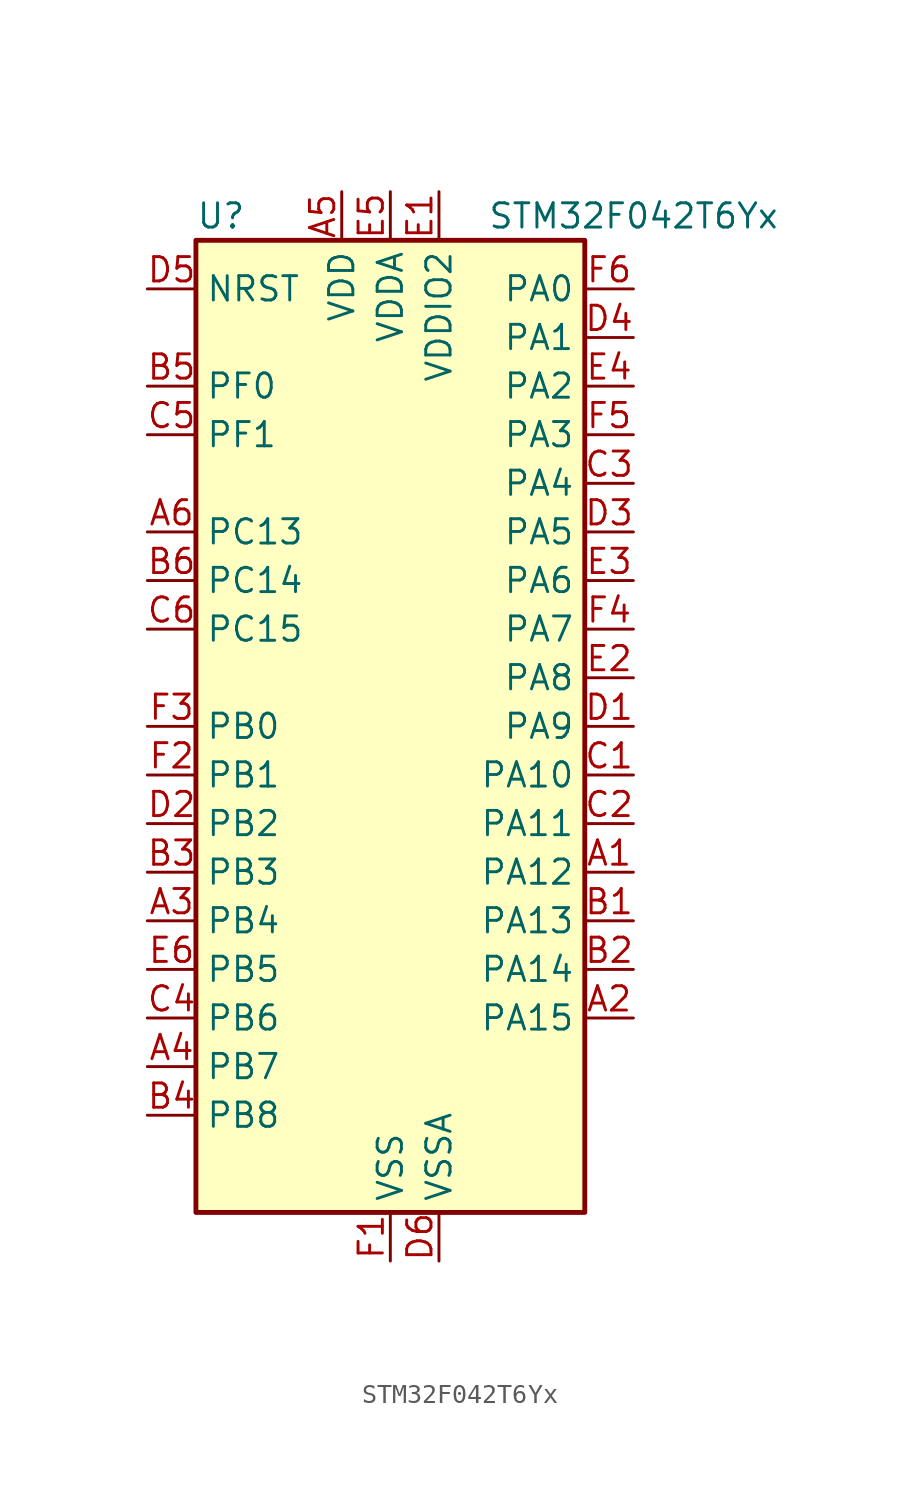
<source format=kicad_sym>
(kicad_symbol_lib
  (version 20220914)
  (generator kicad_symbol_editor)
  (symbol "STM32F042T6Yx"
    (property "Reference" "U"
      (at -10.16 26.67 0)
      (effects (font (size 1.27 1.27)) (justify left)))
    (property "Value" "STM32F042T6Yx"
      (at 5.08 26.67 0)
      (effects (font (size 1.27 1.27)) (justify left)))
    (property "ki_locked" ""
      (at 0 0 0)
      (effects (font (size 1.27 1.27))))
    (symbol "STM32F042T6Yx_0_1"
      (rectangle (start -10.16 -25.4) (end 10.16 25.4) (stroke (width 0.254) (type default)) (fill (type background))))
    (symbol "STM32F042T6Yx_1_1"
      (pin bidirectional line (at 12.7 -7.62 180) (length 2.54) (name "PA12" (effects (font (size 1.27 1.27)))) (number "A1" (effects (font (size 1.27 1.27)))) (alternate "CAN_TX" bidirectional line) (alternate "I2C1_SDA" bidirectional line) (alternate "TIM1_ETR" bidirectional line) (alternate "TSC_G4_IO4" bidirectional line) (alternate "USART1_DE" bidirectional line) (alternate "USART1_RTS" bidirectional line) (alternate "USB_DP" bidirectional line))
      (pin bidirectional line (at 12.7 -15.24 180) (length 2.54) (name "PA15" (effects (font (size 1.27 1.27)))) (number "A2" (effects (font (size 1.27 1.27)))) (alternate "I2S1_WS" bidirectional line) (alternate "SPI1_NSS" bidirectional line) (alternate "TIM2_CH1" bidirectional line) (alternate "TIM2_ETR" bidirectional line) (alternate "USART2_RX" bidirectional line) (alternate "USB_NOE" bidirectional line))
      (pin bidirectional line (at -12.7 -10.16 0) (length 2.54) (name "PB4" (effects (font (size 1.27 1.27)))) (number "A3" (effects (font (size 1.27 1.27)))) (alternate "I2S1_MCK" bidirectional line) (alternate "SPI1_MISO" bidirectional line) (alternate "TIM17_BKIN" bidirectional line) (alternate "TIM3_CH1" bidirectional line) (alternate "TSC_G5_IO2" bidirectional line))
      (pin bidirectional line (at -12.7 -17.78 0) (length 2.54) (name "PB7" (effects (font (size 1.27 1.27)))) (number "A4" (effects (font (size 1.27 1.27)))) (alternate "I2C1_SDA" bidirectional line) (alternate "TIM17_CH1N" bidirectional line) (alternate "TSC_G5_IO4" bidirectional line) (alternate "USART1_RX" bidirectional line))
      (pin power_in line (at -2.54 27.94 270) (length 2.54) (name "VDD" (effects (font (size 1.27 1.27)))) (number "A5" (effects (font (size 1.27 1.27)))))
      (pin bidirectional line (at -12.7 10.16 0) (length 2.54) (name "PC13" (effects (font (size 1.27 1.27)))) (number "A6" (effects (font (size 1.27 1.27)))) (alternate "RTC_OUT_ALARM" bidirectional line) (alternate "RTC_OUT_CALIB" bidirectional line) (alternate "RTC_TAMP1" bidirectional line) (alternate "RTC_TS" bidirectional line) (alternate "SYS_WKUP2" bidirectional line))
      (pin bidirectional line (at 12.7 -10.16 180) (length 2.54) (name "PA13" (effects (font (size 1.27 1.27)))) (number "B1" (effects (font (size 1.27 1.27)))) (alternate "IR_OUT" bidirectional line) (alternate "SYS_SWDIO" bidirectional line) (alternate "USB_NOE" bidirectional line))
      (pin bidirectional line (at 12.7 -12.7 180) (length 2.54) (name "PA14" (effects (font (size 1.27 1.27)))) (number "B2" (effects (font (size 1.27 1.27)))) (alternate "SYS_SWCLK" bidirectional line) (alternate "USART2_TX" bidirectional line))
      (pin bidirectional line (at -12.7 -7.62 0) (length 2.54) (name "PB3" (effects (font (size 1.27 1.27)))) (number "B3" (effects (font (size 1.27 1.27)))) (alternate "I2S1_CK" bidirectional line) (alternate "SPI1_SCK" bidirectional line) (alternate "TIM2_CH2" bidirectional line) (alternate "TSC_G5_IO1" bidirectional line))
      (pin bidirectional line (at -12.7 -20.32 0) (length 2.54) (name "PB8" (effects (font (size 1.27 1.27)))) (number "B4" (effects (font (size 1.27 1.27)))) (alternate "CAN_RX" bidirectional line) (alternate "CEC" bidirectional line) (alternate "I2C1_SCL" bidirectional line) (alternate "TIM16_CH1" bidirectional line) (alternate "TSC_SYNC" bidirectional line))
      (pin bidirectional line (at -12.7 17.78 0) (length 2.54) (name "PF0" (effects (font (size 1.27 1.27)))) (number "B5" (effects (font (size 1.27 1.27)))) (alternate "CRS_SYNC" bidirectional line) (alternate "I2C1_SDA" bidirectional line) (alternate "RCC_OSC_IN" bidirectional line))
      (pin bidirectional line (at -12.7 7.62 0) (length 2.54) (name "PC14" (effects (font (size 1.27 1.27)))) (number "B6" (effects (font (size 1.27 1.27)))) (alternate "RCC_OSC32_IN" bidirectional line))
      (pin bidirectional line (at 12.7 -2.54 180) (length 2.54) (name "PA10" (effects (font (size 1.27 1.27)))) (number "C1" (effects (font (size 1.27 1.27)))) (alternate "I2C1_SDA" bidirectional line) (alternate "TIM17_BKIN" bidirectional line) (alternate "TIM1_CH3" bidirectional line) (alternate "TSC_G4_IO2" bidirectional line) (alternate "USART1_RX" bidirectional line))
      (pin bidirectional line (at 12.7 -5.08 180) (length 2.54) (name "PA11" (effects (font (size 1.27 1.27)))) (number "C2" (effects (font (size 1.27 1.27)))) (alternate "CAN_RX" bidirectional line) (alternate "I2C1_SCL" bidirectional line) (alternate "TIM1_CH4" bidirectional line) (alternate "TSC_G4_IO3" bidirectional line) (alternate "USART1_CTS" bidirectional line) (alternate "USB_DM" bidirectional line))
      (pin bidirectional line (at 12.7 12.7 180) (length 2.54) (name "PA4" (effects (font (size 1.27 1.27)))) (number "C3" (effects (font (size 1.27 1.27)))) (alternate "ADC_IN4" bidirectional line) (alternate "I2S1_WS" bidirectional line) (alternate "SPI1_NSS" bidirectional line) (alternate "TIM14_CH1" bidirectional line) (alternate "TSC_G2_IO1" bidirectional line) (alternate "USART2_CK" bidirectional line) (alternate "USB_NOE" bidirectional line))
      (pin bidirectional line (at -12.7 -15.24 0) (length 2.54) (name "PB6" (effects (font (size 1.27 1.27)))) (number "C4" (effects (font (size 1.27 1.27)))) (alternate "I2C1_SCL" bidirectional line) (alternate "TIM16_CH1N" bidirectional line) (alternate "TSC_G5_IO3" bidirectional line) (alternate "USART1_TX" bidirectional line))
      (pin bidirectional line (at -12.7 15.24 0) (length 2.54) (name "PF1" (effects (font (size 1.27 1.27)))) (number "C5" (effects (font (size 1.27 1.27)))) (alternate "I2C1_SCL" bidirectional line) (alternate "RCC_OSC_OUT" bidirectional line))
      (pin bidirectional line (at -12.7 5.08 0) (length 2.54) (name "PC15" (effects (font (size 1.27 1.27)))) (number "C6" (effects (font (size 1.27 1.27)))) (alternate "RCC_OSC32_OUT" bidirectional line))
      (pin bidirectional line (at 12.7 0 180) (length 2.54) (name "PA9" (effects (font (size 1.27 1.27)))) (number "D1" (effects (font (size 1.27 1.27)))) (alternate "I2C1_SCL" bidirectional line) (alternate "TIM1_CH2" bidirectional line) (alternate "TSC_G4_IO1" bidirectional line) (alternate "USART1_TX" bidirectional line))
      (pin bidirectional line (at -12.7 -5.08 0) (length 2.54) (name "PB2" (effects (font (size 1.27 1.27)))) (number "D2" (effects (font (size 1.27 1.27)))) (alternate "TSC_G3_IO4" bidirectional line))
      (pin bidirectional line (at 12.7 10.16 180) (length 2.54) (name "PA5" (effects (font (size 1.27 1.27)))) (number "D3" (effects (font (size 1.27 1.27)))) (alternate "ADC_IN5" bidirectional line) (alternate "CEC" bidirectional line) (alternate "I2S1_CK" bidirectional line) (alternate "SPI1_SCK" bidirectional line) (alternate "TIM2_CH1" bidirectional line) (alternate "TIM2_ETR" bidirectional line) (alternate "TSC_G2_IO2" bidirectional line))
      (pin bidirectional line (at 12.7 20.32 180) (length 2.54) (name "PA1" (effects (font (size 1.27 1.27)))) (number "D4" (effects (font (size 1.27 1.27)))) (alternate "ADC_IN1" bidirectional line) (alternate "TIM2_CH2" bidirectional line) (alternate "TSC_G1_IO2" bidirectional line) (alternate "USART2_DE" bidirectional line) (alternate "USART2_RTS" bidirectional line))
      (pin input line (at -12.7 22.86 0) (length 2.54) (name "NRST" (effects (font (size 1.27 1.27)))) (number "D5" (effects (font (size 1.27 1.27)))))
      (pin power_in line (at 2.54 -27.94 90) (length 2.54) (name "VSSA" (effects (font (size 1.27 1.27)))) (number "D6" (effects (font (size 1.27 1.27)))))
      (pin power_in line (at 2.54 27.94 270) (length 2.54) (name "VDDIO2" (effects (font (size 1.27 1.27)))) (number "E1" (effects (font (size 1.27 1.27)))))
      (pin bidirectional line (at 12.7 2.54 180) (length 2.54) (name "PA8" (effects (font (size 1.27 1.27)))) (number "E2" (effects (font (size 1.27 1.27)))) (alternate "CRS_SYNC" bidirectional line) (alternate "RCC_MCO" bidirectional line) (alternate "TIM1_CH1" bidirectional line) (alternate "USART1_CK" bidirectional line))
      (pin bidirectional line (at 12.7 7.62 180) (length 2.54) (name "PA6" (effects (font (size 1.27 1.27)))) (number "E3" (effects (font (size 1.27 1.27)))) (alternate "ADC_IN6" bidirectional line) (alternate "I2S1_MCK" bidirectional line) (alternate "SPI1_MISO" bidirectional line) (alternate "TIM16_CH1" bidirectional line) (alternate "TIM1_BKIN" bidirectional line) (alternate "TIM3_CH1" bidirectional line) (alternate "TSC_G2_IO3" bidirectional line))
      (pin bidirectional line (at 12.7 17.78 180) (length 2.54) (name "PA2" (effects (font (size 1.27 1.27)))) (number "E4" (effects (font (size 1.27 1.27)))) (alternate "ADC_IN2" bidirectional line) (alternate "SYS_WKUP4" bidirectional line) (alternate "TIM2_CH3" bidirectional line) (alternate "TSC_G1_IO3" bidirectional line) (alternate "USART2_TX" bidirectional line))
      (pin power_in line (at 0 27.94 270) (length 2.54) (name "VDDA" (effects (font (size 1.27 1.27)))) (number "E5" (effects (font (size 1.27 1.27)))))
      (pin bidirectional line (at -12.7 -12.7 0) (length 2.54) (name "PB5" (effects (font (size 1.27 1.27)))) (number "E6" (effects (font (size 1.27 1.27)))) (alternate "I2C1_SMBA" bidirectional line) (alternate "I2S1_SD" bidirectional line) (alternate "SPI1_MOSI" bidirectional line) (alternate "SYS_WKUP6" bidirectional line) (alternate "TIM16_BKIN" bidirectional line) (alternate "TIM3_CH2" bidirectional line))
      (pin power_in line (at 0 -27.94 90) (length 2.54) (name "VSS" (effects (font (size 1.27 1.27)))) (number "F1" (effects (font (size 1.27 1.27)))))
      (pin bidirectional line (at -12.7 -2.54 0) (length 2.54) (name "PB1" (effects (font (size 1.27 1.27)))) (number "F2" (effects (font (size 1.27 1.27)))) (alternate "ADC_IN9" bidirectional line) (alternate "TIM14_CH1" bidirectional line) (alternate "TIM1_CH3N" bidirectional line) (alternate "TIM3_CH4" bidirectional line) (alternate "TSC_G3_IO3" bidirectional line))
      (pin bidirectional line (at -12.7 0 0) (length 2.54) (name "PB0" (effects (font (size 1.27 1.27)))) (number "F3" (effects (font (size 1.27 1.27)))) (alternate "ADC_IN8" bidirectional line) (alternate "TIM1_CH2N" bidirectional line) (alternate "TIM3_CH3" bidirectional line) (alternate "TSC_G3_IO2" bidirectional line))
      (pin bidirectional line (at 12.7 5.08 180) (length 2.54) (name "PA7" (effects (font (size 1.27 1.27)))) (number "F4" (effects (font (size 1.27 1.27)))) (alternate "ADC_IN7" bidirectional line) (alternate "I2S1_SD" bidirectional line) (alternate "SPI1_MOSI" bidirectional line) (alternate "TIM14_CH1" bidirectional line) (alternate "TIM17_CH1" bidirectional line) (alternate "TIM1_CH1N" bidirectional line) (alternate "TIM3_CH2" bidirectional line) (alternate "TSC_G2_IO4" bidirectional line))
      (pin bidirectional line (at 12.7 15.24 180) (length 2.54) (name "PA3" (effects (font (size 1.27 1.27)))) (number "F5" (effects (font (size 1.27 1.27)))) (alternate "ADC_IN3" bidirectional line) (alternate "TIM2_CH4" bidirectional line) (alternate "TSC_G1_IO4" bidirectional line) (alternate "USART2_RX" bidirectional line))
      (pin bidirectional line (at 12.7 22.86 180) (length 2.54) (name "PA0" (effects (font (size 1.27 1.27)))) (number "F6" (effects (font (size 1.27 1.27)))) (alternate "ADC_IN0" bidirectional line) (alternate "RTC_TAMP2" bidirectional line) (alternate "SYS_WKUP1" bidirectional line) (alternate "TIM2_CH1" bidirectional line) (alternate "TIM2_ETR" bidirectional line) (alternate "TSC_G1_IO1" bidirectional line) (alternate "USART2_CTS" bidirectional line)))))
</source>
